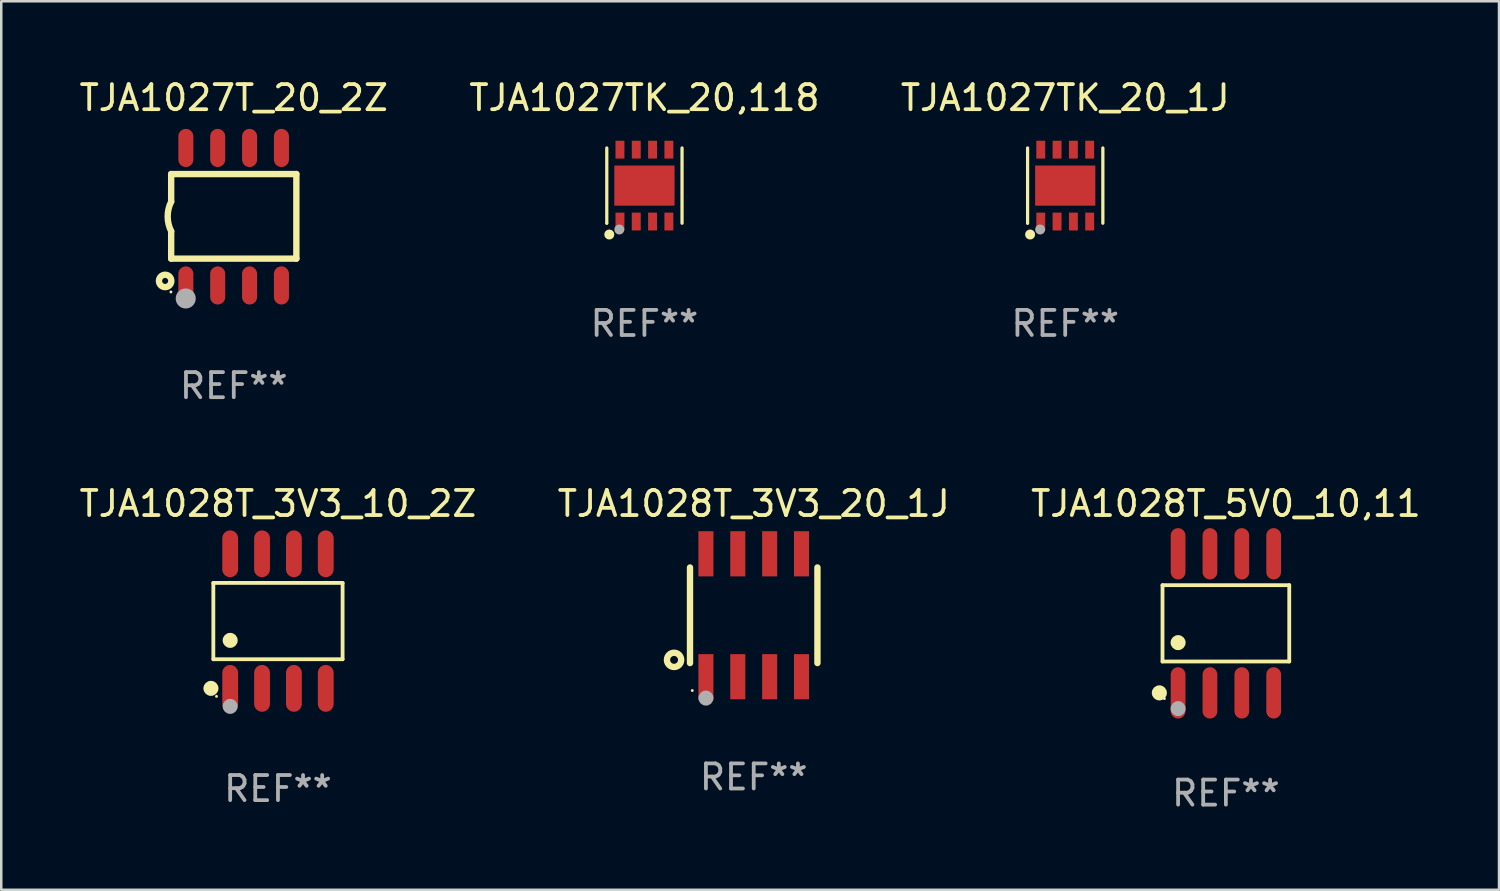
<source format=kicad_pcb>
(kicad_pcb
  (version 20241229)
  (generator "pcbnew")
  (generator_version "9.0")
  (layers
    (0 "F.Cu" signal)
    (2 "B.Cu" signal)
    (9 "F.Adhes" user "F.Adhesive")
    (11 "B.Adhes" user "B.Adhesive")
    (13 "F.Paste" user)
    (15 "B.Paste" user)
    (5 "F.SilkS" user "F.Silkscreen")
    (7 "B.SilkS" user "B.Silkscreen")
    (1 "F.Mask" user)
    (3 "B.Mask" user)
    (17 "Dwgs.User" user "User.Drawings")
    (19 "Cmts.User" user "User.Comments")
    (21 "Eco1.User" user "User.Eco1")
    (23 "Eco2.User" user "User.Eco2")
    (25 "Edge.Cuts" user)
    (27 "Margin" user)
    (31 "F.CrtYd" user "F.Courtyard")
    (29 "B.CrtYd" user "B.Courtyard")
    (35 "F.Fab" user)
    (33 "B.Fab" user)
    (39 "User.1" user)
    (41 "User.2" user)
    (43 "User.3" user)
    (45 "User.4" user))
  (footprint "TJA1028T_3V3_10_2Z"
    (layer "F.Cu")
    (at 8.03 21.707)
    (property "Reference" "TJA1028T_3V3_10_2Z" (at 0 -4.682 0) (layer "F.SilkS") (effects (font (size 1 1) (thickness 0.15))))
    (attr through_hole)
    (fp_line (start -2.576 -1.521) (end 2.576 -1.521) (stroke (width 0.152) (type solid)) (layer "F.SilkS"))
    (fp_line (start -2.576 1.521) (end -2.576 -1.521) (stroke (width 0.152) (type solid)) (layer "F.SilkS"))
    (fp_line (start 2.576 -1.521) (end 2.576 1.521) (stroke (width 0.152) (type solid)) (layer "F.SilkS"))
    (fp_line (start 2.576 1.521) (end -2.576 1.521) (stroke (width 0.152) (type solid)) (layer "F.SilkS"))
    (fp_circle (center -2.672 2.682) (end -2.522 2.682) (stroke (width 0.3) (type solid)) (fill no) (layer "F.SilkS"))
    (fp_circle (center -2.45 3) (end -2.42 3) (stroke (width 0.06) (type solid)) (fill no) (layer "F.SilkS"))
    (fp_circle (center -1.905 0.769) (end -1.755 0.769) (stroke (width 0.3) (type solid)) (fill no) (layer "F.SilkS"))
    (fp_circle (center -1.905 3.4) (end -1.755 3.4) (stroke (width 0.3) (type solid)) (fill no) (layer "F.Fab"))
    (fp_text user "REF**" (at 0 6.682 0) (layer "F.Fab") (effects (font (size 1 1) (thickness 0.15))))
    (pad "1" smd oval (at -1.905 2.682) (size 0.63 1.865) (layers "F.Cu" "F.Mask" "F.Paste"))
    (pad "2" smd oval (at -0.635 2.682) (size 0.63 1.865) (layers "F.Cu" "F.Mask" "F.Paste"))
    (pad "3" smd oval (at 0.635 2.682) (size 0.63 1.865) (layers "F.Cu" "F.Mask" "F.Paste"))
    (pad "4" smd oval (at 1.905 2.682) (size 0.63 1.865) (layers "F.Cu" "F.Mask" "F.Paste"))
    (pad "5" smd oval (at 1.905 -2.682) (size 0.63 1.865) (layers "F.Cu" "F.Mask" "F.Paste"))
    (pad "6" smd oval (at 0.635 -2.682) (size 0.63 1.865) (layers "F.Cu" "F.Mask" "F.Paste"))
    (pad "7" smd oval (at -0.635 -2.682) (size 0.63 1.865) (layers "F.Cu" "F.Mask" "F.Paste"))
    (pad "8" smd oval (at -1.905 -2.682) (size 0.63 1.865) (layers "F.Cu" "F.Mask" "F.Paste")))
  (footprint "TJA1027T_20_2Z"
    (layer "F.Cu")
    (at 6.268 5.588)
    (property "Reference" "TJA1027T_20_2Z" (at 0 -4.74 0) (layer "F.SilkS") (effects (font (size 1 1) (thickness 0.15))))
    (attr through_hole)
    (fp_line (start -2.495 -1.7) (end 2.495 -1.7) (stroke (width 0.254) (type solid)) (layer "F.SilkS"))
    (fp_line (start -2.495 -0.6) (end -2.495 -1.7) (stroke (width 0.254) (type solid)) (layer "F.SilkS"))
    (fp_line (start -2.495 1.671) (end -2.495 0.58) (stroke (width 0.254) (type solid)) (layer "F.SilkS"))
    (fp_line (start 2.495 -1.7) (end 2.495 1.671) (stroke (width 0.254) (type solid)) (layer "F.SilkS"))
    (fp_line (start 2.495 1.671) (end -2.495 1.671) (stroke (width 0.254) (type solid)) (layer "F.SilkS"))
    (fp_arc (start -2.495009 0.58001) (mid -2.634112 -0.009995) (end -2.495009 -0.6) (stroke (width 0.254001) (type solid)) (layer "F.SilkS"))
    (fp_circle (center -2.735 2.56) (end -2.615 2.56) (stroke (width 0.254) (type solid)) (fill no) (layer "F.SilkS"))
    (fp_circle (center -2.505 3) (end -2.475 3) (stroke (width 0.06) (type solid)) (fill no) (layer "F.SilkS"))
    (fp_circle (center -1.915 3.26) (end -1.715 3.26) (stroke (width 0.4) (type solid)) (fill no) (layer "F.Fab"))
    (fp_text user "REF**" (at 0 6.74 0) (layer "F.Fab") (effects (font (size 1 1) (thickness 0.15))))
    (pad "1" smd oval (at -1.91 2.74) (size 0.6 1.52) (layers "F.Cu" "F.Mask" "F.Paste"))
    (pad "2" smd oval (at -0.64 2.74) (size 0.6 1.52) (layers "F.Cu" "F.Mask" "F.Paste"))
    (pad "3" smd oval (at 0.63 2.74) (size 0.6 1.52) (layers "F.Cu" "F.Mask" "F.Paste"))
    (pad "4" smd oval (at 1.9 2.74) (size 0.6 1.52) (layers "F.Cu" "F.Mask" "F.Paste"))
    (pad "5" smd oval (at 1.9 -2.74) (size 0.6 1.52) (layers "F.Cu" "F.Mask" "F.Paste"))
    (pad "6" smd oval (at 0.63 -2.74) (size 0.6 1.52) (layers "F.Cu" "F.Mask" "F.Paste"))
    (pad "7" smd oval (at -0.64 -2.74) (size 0.6 1.52) (layers "F.Cu" "F.Mask" "F.Paste"))
    (pad "8" smd oval (at -1.91 -2.74) (size 0.6 1.52) (layers "F.Cu" "F.Mask" "F.Paste")))
  (footprint "TJA1028T_5V0_10,11"
    (layer "F.Cu")
    (at 45.815 21.797)
    (property "Reference" "TJA1028T_5V0_10,11" (at 0 -4.772 0) (layer "F.SilkS") (effects (font (size 1 1) (thickness 0.15))))
    (attr through_hole)
    (fp_line (start -2.526 -1.521) (end 2.526 -1.521) (stroke (width 0.152) (type solid)) (layer "F.SilkS"))
    (fp_line (start -2.526 1.521) (end -2.526 -1.521) (stroke (width 0.152) (type solid)) (layer "F.SilkS"))
    (fp_line (start 2.526 -1.521) (end 2.526 1.521) (stroke (width 0.152) (type solid)) (layer "F.SilkS"))
    (fp_line (start 2.526 1.521) (end -2.526 1.521) (stroke (width 0.152) (type solid)) (layer "F.SilkS"))
    (fp_circle (center -2.652 2.772) (end -2.501 2.772) (stroke (width 0.3) (type solid)) (fill no) (layer "F.SilkS"))
    (fp_circle (center -2.45 3) (end -2.42 3) (stroke (width 0.06) (type solid)) (fill no) (layer "F.SilkS"))
    (fp_circle (center -1.905 0.769) (end -1.755 0.769) (stroke (width 0.3) (type solid)) (fill no) (layer "F.SilkS"))
    (fp_circle (center -1.905 3.4) (end -1.755 3.4) (stroke (width 0.3) (type solid)) (fill no) (layer "F.Fab"))
    (fp_text user "REF**" (at 0 6.772 0) (layer "F.Fab") (effects (font (size 1 1) (thickness 0.15))))
    (pad "1" smd oval (at -1.905 2.772) (size 0.588 2.045) (layers "F.Cu" "F.Mask" "F.Paste"))
    (pad "2" smd oval (at -0.635 2.772) (size 0.588 2.045) (layers "F.Cu" "F.Mask" "F.Paste"))
    (pad "3" smd oval (at 0.635 2.772) (size 0.588 2.045) (layers "F.Cu" "F.Mask" "F.Paste"))
    (pad "4" smd oval (at 1.905 2.772) (size 0.588 2.045) (layers "F.Cu" "F.Mask" "F.Paste"))
    (pad "5" smd oval (at 1.905 -2.772) (size 0.588 2.045) (layers "F.Cu" "F.Mask" "F.Paste"))
    (pad "6" smd oval (at 0.635 -2.772) (size 0.588 2.045) (layers "F.Cu" "F.Mask" "F.Paste"))
    (pad "7" smd oval (at -0.635 -2.772) (size 0.588 2.045) (layers "F.Cu" "F.Mask" "F.Paste"))
    (pad "8" smd oval (at -1.905 -2.772) (size 0.588 2.045) (layers "F.Cu" "F.Mask" "F.Paste")))
  (footprint "TJA1028T_3V3_20_1J"
    (layer "F.Cu")
    (at 26.994 21.475)
    (property "Reference" "TJA1028T_3V3_20_1J" (at 0 -4.45 0) (layer "F.SilkS") (effects (font (size 1 1) (thickness 0.15))))
    (attr through_hole)
    (fp_line (start -2.54 -1.905) (end -2.54 1.905) (stroke (width 0.254) (type solid)) (layer "F.SilkS"))
    (fp_line (start 2.54 -1.905) (end 2.54 1.905) (stroke (width 0.254) (type solid)) (layer "F.SilkS"))
    (fp_circle (center -3.175 1.778) (end -2.891 1.778) (stroke (width 0.254) (type solid)) (fill no) (layer "F.SilkS"))
    (fp_circle (center -2.45 3) (end -2.42 3) (stroke (width 0.06) (type solid)) (fill no) (layer "F.SilkS"))
    (fp_circle (center -1.905 3.302) (end -1.755 3.302) (stroke (width 0.3) (type solid)) (fill no) (layer "F.Fab"))
    (fp_text user "REF**" (at 0 6.45 0) (layer "F.Fab") (effects (font (size 1 1) (thickness 0.15))))
    (pad "1" smd rect (at -1.905 2.45) (size 0.6 1.8) (layers "F.Cu" "F.Mask" "F.Paste"))
    (pad "2" smd rect (at -0.635 2.45) (size 0.6 1.8) (layers "F.Cu" "F.Mask" "F.Paste"))
    (pad "3" smd rect (at 0.635 2.45) (size 0.6 1.8) (layers "F.Cu" "F.Mask" "F.Paste"))
    (pad "4" smd rect (at 1.905 2.45) (size 0.6 1.8) (layers "F.Cu" "F.Mask" "F.Paste"))
    (pad "5" smd rect (at 1.905 -2.45 180) (size 0.6 1.8) (layers "F.Cu" "F.Mask" "F.Paste"))
    (pad "6" smd rect (at 0.635 -2.45 180) (size 0.6 1.8) (layers "F.Cu" "F.Mask" "F.Paste"))
    (pad "7" smd rect (at -0.635 -2.45 180) (size 0.6 1.8) (layers "F.Cu" "F.Mask" "F.Paste"))
    (pad "8" smd rect (at -1.905 -2.45 180) (size 0.6 1.8) (layers "F.Cu" "F.Mask" "F.Paste")))
  (footprint "TJA1027TK_20,118"
    (layer "F.Cu")
    (at 22.637 4.348)
    (property "Reference" "TJA1027TK_20,118" (at 0 -3.5 0) (layer "F.SilkS") (effects (font (size 1 1) (thickness 0.15))))
    (attr through_hole)
    (fp_line (start -1.5 1.5) (end -1.5 -1.5) (stroke (width 0.129) (type solid)) (layer "F.SilkS"))
    (fp_line (start 1.5 -1.5) (end 1.5 1.5) (stroke (width 0.129) (type solid)) (layer "F.SilkS"))
    (fp_circle (center -1.5 1.5) (end -1.47 1.5) (stroke (width 0.06) (type solid)) (fill no) (layer "F.SilkS"))
    (fp_circle (center -1.4 1.95) (end -1.3 1.95) (stroke (width 0.2) (type solid)) (fill no) (layer "F.SilkS"))
    (fp_circle (center -1 1.75) (end -0.9 1.75) (stroke (width 0.2) (type solid)) (fill no) (layer "F.Fab"))
    (fp_text user "REF**" (at 0 5.5 0) (layer "F.Fab") (effects (font (size 1 1) (thickness 0.15))))
    (pad "1" smd rect (at -0.975 1.433) (size 0.356 0.711) (layers "F.Cu" "F.Mask" "F.Paste"))
    (pad "2" smd rect (at -0.325 1.433) (size 0.356 0.711) (layers "F.Cu" "F.Mask" "F.Paste"))
    (pad "3" smd rect (at 0.325 1.433) (size 0.356 0.711) (layers "F.Cu" "F.Mask" "F.Paste"))
    (pad "4" smd rect (at 0.975 1.433) (size 0.356 0.711) (layers "F.Cu" "F.Mask" "F.Paste"))
    (pad "5" smd rect (at 0.975 -1.433) (size 0.356 0.711) (layers "F.Cu" "F.Mask" "F.Paste"))
    (pad "6" smd rect (at 0.325 -1.433) (size 0.356 0.711) (layers "F.Cu" "F.Mask" "F.Paste"))
    (pad "7" smd rect (at -0.325 -1.433) (size 0.356 0.711) (layers "F.Cu" "F.Mask" "F.Paste"))
    (pad "8" smd rect (at -0.975 -1.433) (size 0.356 0.711) (layers "F.Cu" "F.Mask" "F.Paste"))
    (pad "9" smd rect (at 0 0) (size 2.4 1.6) (layers "F.Cu" "F.Mask" "F.Paste")))
  (footprint "TJA1027TK_20_1J"
    (layer "F.Cu")
    (at 39.411 4.348)
    (property "Reference" "TJA1027TK_20_1J" (at 0 -3.5 0) (layer "F.SilkS") (effects (font (size 1 1) (thickness 0.15))))
    (attr through_hole)
    (fp_line (start -1.5 1.5) (end -1.5 -1.5) (stroke (width 0.129) (type solid)) (layer "F.SilkS"))
    (fp_line (start 1.5 -1.5) (end 1.5 1.5) (stroke (width 0.129) (type solid)) (layer "F.SilkS"))
    (fp_circle (center -1.5 1.5) (end -1.47 1.5) (stroke (width 0.06) (type solid)) (fill no) (layer "F.SilkS"))
    (fp_circle (center -1.4 1.95) (end -1.3 1.95) (stroke (width 0.2) (type solid)) (fill no) (layer "F.SilkS"))
    (fp_circle (center -1 1.75) (end -0.9 1.75) (stroke (width 0.2) (type solid)) (fill no) (layer "F.Fab"))
    (fp_text user "REF**" (at 0 5.5 0) (layer "F.Fab") (effects (font (size 1 1) (thickness 0.15))))
    (pad "1" smd rect (at -0.975 1.433) (size 0.356 0.711) (layers "F.Cu" "F.Mask" "F.Paste"))
    (pad "2" smd rect (at -0.325 1.433) (size 0.356 0.711) (layers "F.Cu" "F.Mask" "F.Paste"))
    (pad "3" smd rect (at 0.325 1.433) (size 0.356 0.711) (layers "F.Cu" "F.Mask" "F.Paste"))
    (pad "4" smd rect (at 0.975 1.433) (size 0.356 0.711) (layers "F.Cu" "F.Mask" "F.Paste"))
    (pad "5" smd rect (at 0.975 -1.433) (size 0.356 0.711) (layers "F.Cu" "F.Mask" "F.Paste"))
    (pad "6" smd rect (at 0.325 -1.433) (size 0.356 0.711) (layers "F.Cu" "F.Mask" "F.Paste"))
    (pad "7" smd rect (at -0.325 -1.433) (size 0.356 0.711) (layers "F.Cu" "F.Mask" "F.Paste"))
    (pad "8" smd rect (at -0.975 -1.433) (size 0.356 0.711) (layers "F.Cu" "F.Mask" "F.Paste"))
    (pad "9" smd rect (at 0 0) (size 2.4 1.6) (layers "F.Cu" "F.Mask" "F.Paste")))
  (gr_rect
    (start -3 -3)
    (end 56.702 32.418)
    (stroke (width 0.1) (type default))
    (fill no)
    (layer "Edge.Cuts")))
</source>
